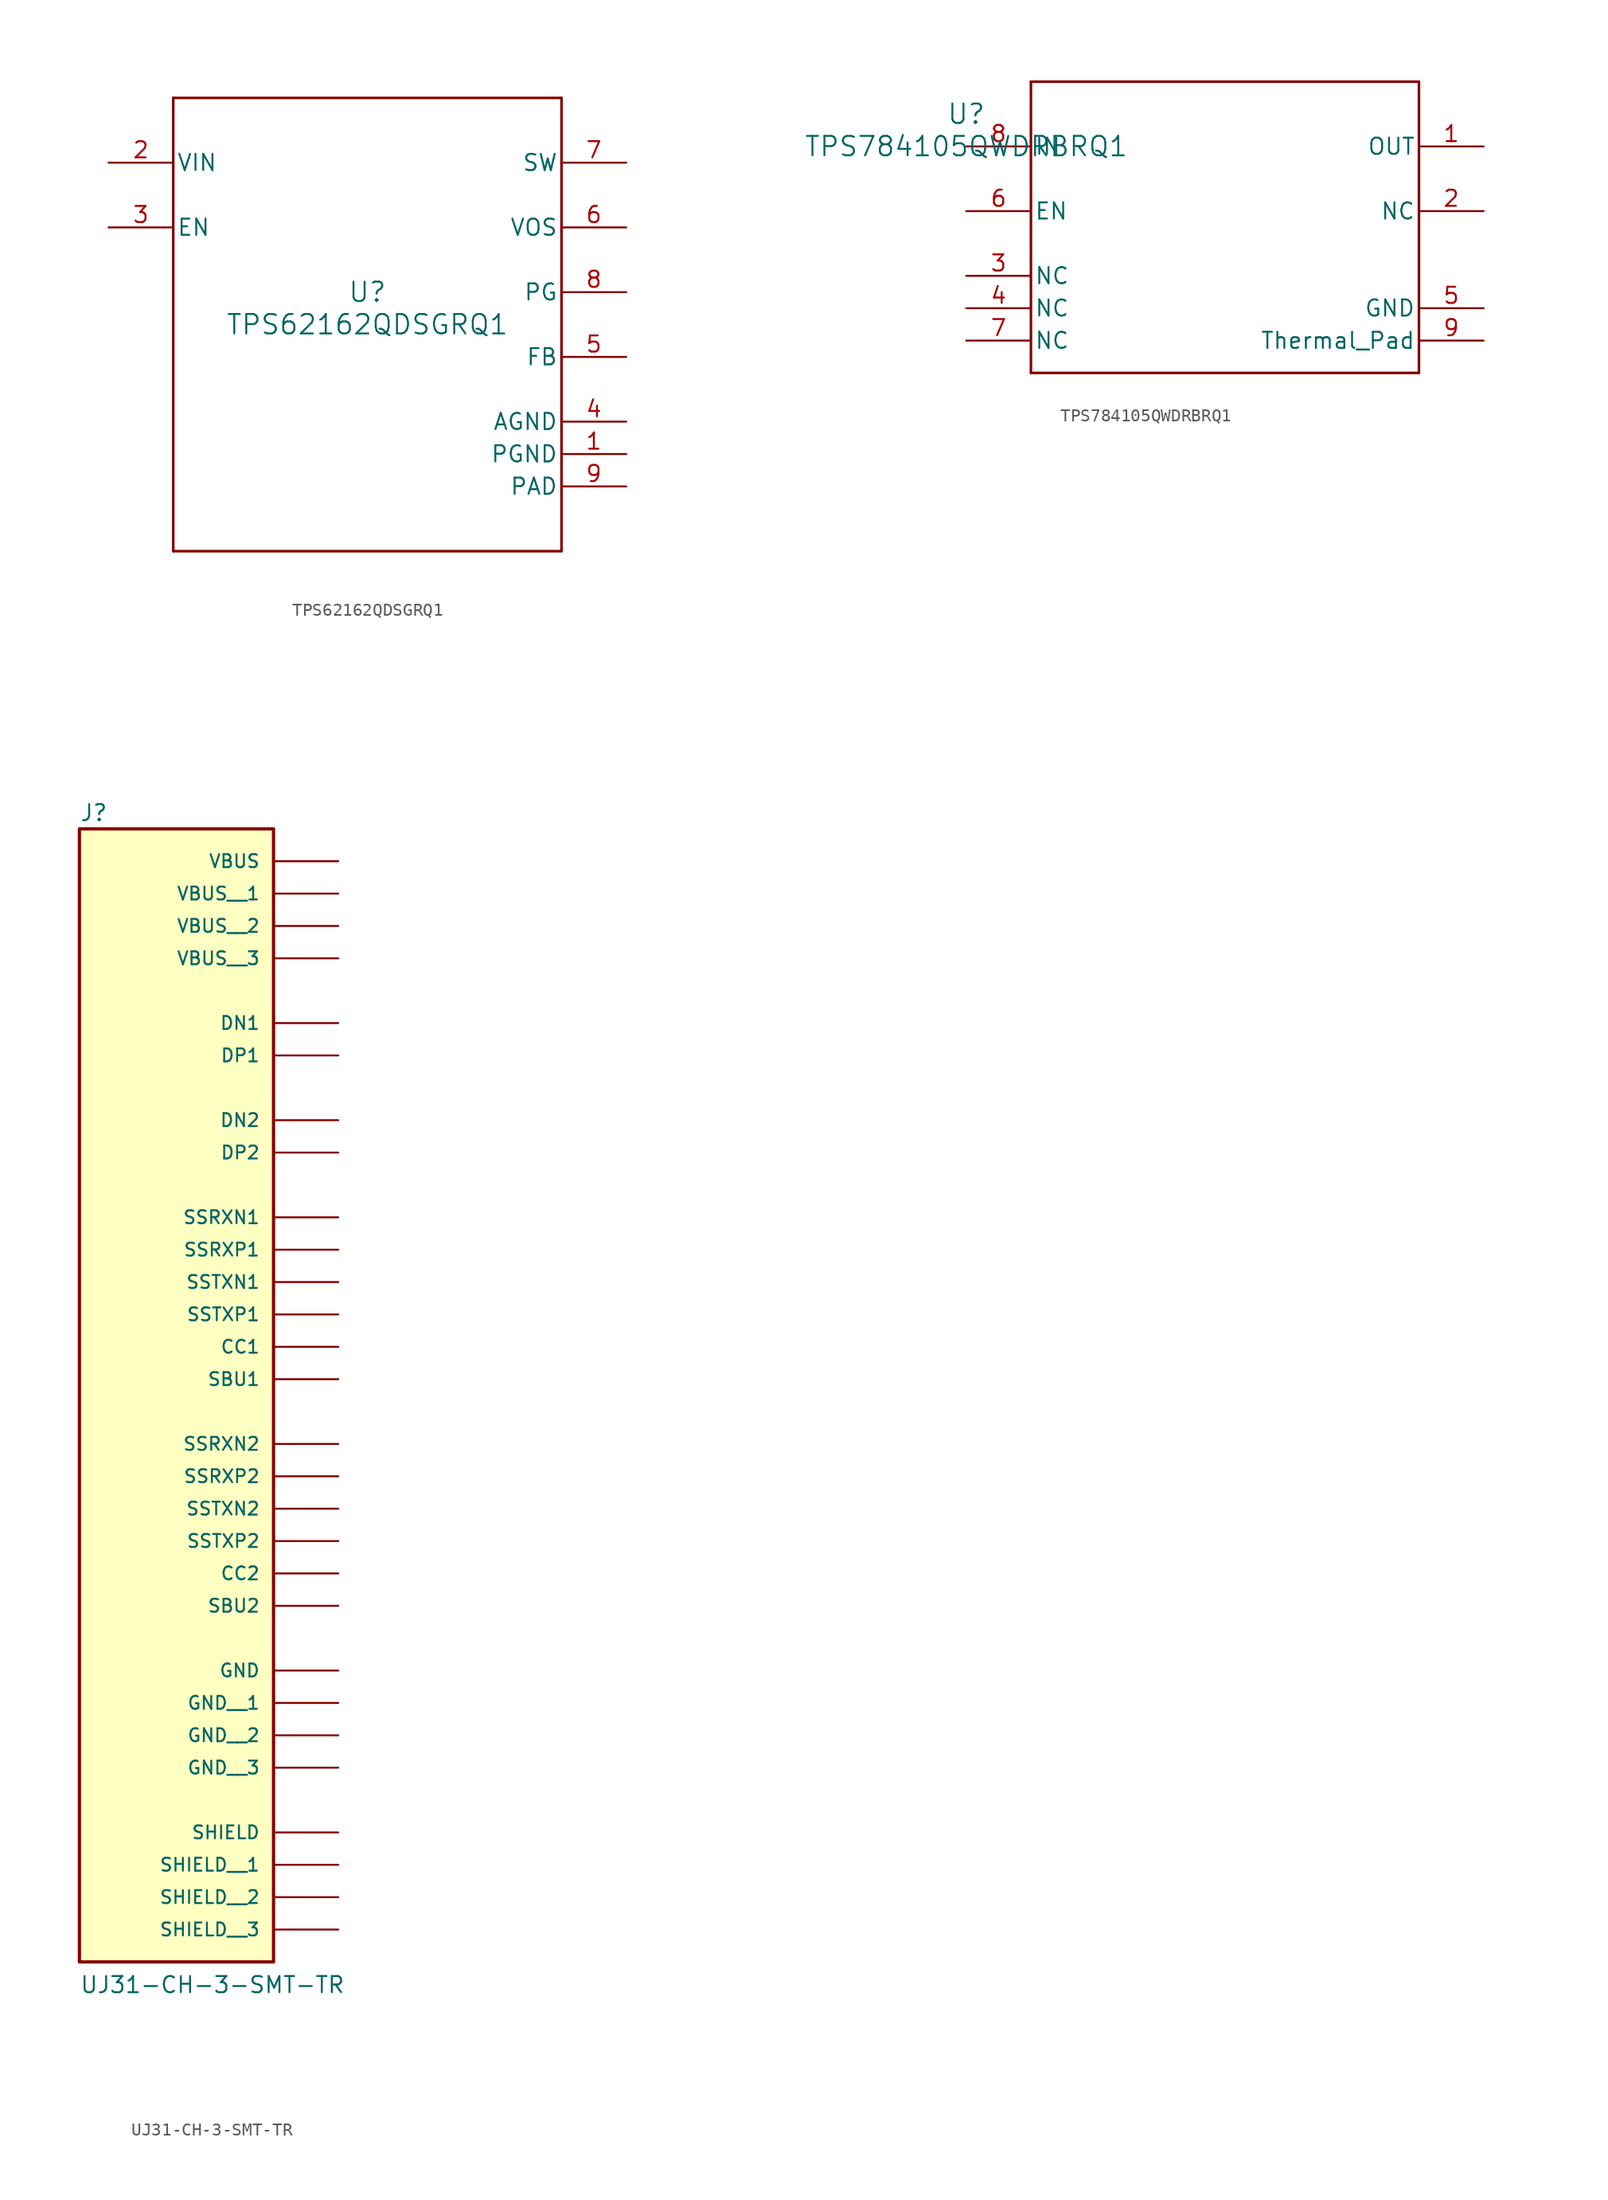
<source format=kicad_sym>
(kicad_symbol_lib
  (version 20231120)
  (generator "kicad_symbol_editor")
  (generator_version "8.0")
  (symbol "TPS62162QDSGRQ1"
    (pin_names
      (offset 0.254))
    (property "Reference" "U"
      (at 0 2.54 0)
      (effects (font (size 1.524 1.524))))
    (property "Value" "TPS62162QDSGRQ1"
      (at 0 0 0)
      (effects (font (size 1.524 1.524))))
    (property "ki_locked" ""
      (at 0 0 0)
      (effects (font (size 1.27 1.27))))
    (symbol "TPS62162QDSGRQ1_0_1"
      (polyline (pts (xy -15.24 -17.78) (xy 15.24 -17.78)) (stroke (width 0.203) (type default)) (fill (type none)))
      (polyline (pts (xy -15.24 17.78) (xy -15.24 -17.78)) (stroke (width 0.203) (type default)) (fill (type none)))
      (polyline (pts (xy 15.24 -17.78) (xy 15.24 17.78)) (stroke (width 0.203) (type default)) (fill (type none)))
      (polyline (pts (xy 15.24 17.78) (xy -15.24 17.78)) (stroke (width 0.203) (type default)) (fill (type none)))
      (pin power_in line (at 20.32 -10.16 180) (length 5.08) (name "PGND" (effects (font (size 1.27 1.27)))) (number "1" (effects (font (size 1.27 1.27)))))
      (pin power_in line (at -20.32 12.7 0) (length 5.08) (name "VIN" (effects (font (size 1.27 1.27)))) (number "2" (effects (font (size 1.27 1.27)))))
      (pin input line (at -20.32 7.62 0) (length 5.08) (name "EN" (effects (font (size 1.27 1.27)))) (number "3" (effects (font (size 1.27 1.27)))))
      (pin power_in line (at 20.32 -7.62 180) (length 5.08) (name "AGND" (effects (font (size 1.27 1.27)))) (number "4" (effects (font (size 1.27 1.27)))))
      (pin input line (at 20.32 -2.54 180) (length 5.08) (name "FB" (effects (font (size 1.27 1.27)))) (number "5" (effects (font (size 1.27 1.27)))))
      (pin input line (at 20.32 7.62 180) (length 5.08) (name "VOS" (effects (font (size 1.27 1.27)))) (number "6" (effects (font (size 1.27 1.27)))))
      (pin power_in line (at 20.32 12.7 180) (length 5.08) (name "SW" (effects (font (size 1.27 1.27)))) (number "7" (effects (font (size 1.27 1.27)))))
      (pin tri_state line (at 20.32 2.54 180) (length 5.08) (name "PG" (effects (font (size 1.27 1.27)))) (number "8" (effects (font (size 1.27 1.27)))))
      (pin power_in line (at 20.32 -12.7 180) (length 5.08) (name "PAD" (effects (font (size 1.27 1.27)))) (number "9" (effects (font (size 1.27 1.27)))))))
  (symbol "TPS784105QWDRBRQ1"
    (pin_names
      (offset 0.254))
    (property "Reference" "U"
      (at 0 2.54 0)
      (effects (font (size 1.524 1.524))))
    (property "Value" "TPS784105QWDRBRQ1"
      (at 0 0 0)
      (effects (font (size 1.524 1.524))))
    (property "ki_locked" ""
      (at 0 0 0)
      (effects (font (size 1.27 1.27))))
    (symbol "TPS784105QWDRBRQ1_0_1"
      (polyline (pts (xy 5.08 -17.78) (xy 35.56 -17.78)) (stroke (width 0.203) (type default)) (fill (type none)))
      (polyline (pts (xy 5.08 5.08) (xy 5.08 -17.78)) (stroke (width 0.203) (type default)) (fill (type none)))
      (polyline (pts (xy 35.56 -17.78) (xy 35.56 5.08)) (stroke (width 0.203) (type default)) (fill (type none)))
      (polyline (pts (xy 35.56 5.08) (xy 5.08 5.08)) (stroke (width 0.203) (type default)) (fill (type none)))
      (pin power_in line (at 40.64 0 180) (length 5.08) (name "OUT" (effects (font (size 1.27 1.27)))) (number "1" (effects (font (size 1.27 1.27)))))
      (pin unspecified line (at 40.64 -5.08 180) (length 5.08) (name "NC" (effects (font (size 1.27 1.27)))) (number "2" (effects (font (size 1.27 1.27)))))
      (pin unspecified line (at 0 -10.16 0) (length 5.08) (name "NC" (effects (font (size 1.27 1.27)))) (number "3" (effects (font (size 1.27 1.27)))))
      (pin unspecified line (at 0 -12.7 0) (length 5.08) (name "NC" (effects (font (size 1.27 1.27)))) (number "4" (effects (font (size 1.27 1.27)))))
      (pin power_in line (at 40.64 -12.7 180) (length 5.08) (name "GND" (effects (font (size 1.27 1.27)))) (number "5" (effects (font (size 1.27 1.27)))))
      (pin input line (at 0 -5.08 0) (length 5.08) (name "EN" (effects (font (size 1.27 1.27)))) (number "6" (effects (font (size 1.27 1.27)))))
      (pin unspecified line (at 0 -15.24 0) (length 5.08) (name "NC" (effects (font (size 1.27 1.27)))) (number "7" (effects (font (size 1.27 1.27)))))
      (pin power_in line (at 0 0 0) (length 5.08) (name "IN" (effects (font (size 1.27 1.27)))) (number "8" (effects (font (size 1.27 1.27)))))
      (pin power_in line (at 40.64 -15.24 180) (length 5.08) (name "Thermal_Pad" (effects (font (size 1.27 1.27)))) (number "9" (effects (font (size 1.27 1.27)))))))
  (symbol "UJ31-CH-3-SMT-TR"
    (pin_numbers hide)
    (pin_names
      (offset 1.016))
    (property "Reference" "J"
      (at -7.62 33.528 0)
      (effects (font (size 1.27 1.27)) (justify left bottom)))
    (property "Value" "UJ31-CH-3-SMT-TR"
      (at -7.62 -58.42 0)
      (effects (font (size 1.27 1.27)) (justify left bottom)))
    (property "ki_locked" ""
      (at 0 0 0)
      (effects (font (size 1.27 1.27))))
    (symbol "UJ31-CH-3-SMT-TR_0_0"
      (rectangle (start -7.62 -55.88) (end 7.62 33.02) (stroke (width 0.254) (type solid)) (fill (type background)))
      (pin power_in line (at 12.7 -33.02 180) (length 5.08) (name "GND" (effects (font (size 1.016 1.016)))) (number "A1" (effects (font (size 1.016 1.016)))))
      (pin bidirectional line (at 12.7 -15.24 180) (length 5.08) (name "SSRXN2" (effects (font (size 1.016 1.016)))) (number "A10" (effects (font (size 1.016 1.016)))))
      (pin bidirectional line (at 12.7 -17.78 180) (length 5.08) (name "SSRXP2" (effects (font (size 1.016 1.016)))) (number "A11" (effects (font (size 1.016 1.016)))))
      (pin power_in line (at 12.7 -35.56 180) (length 5.08) (name "GND__1" (effects (font (size 1.016 1.016)))) (number "A12" (effects (font (size 1.016 1.016)))))
      (pin bidirectional line (at 12.7 -5.08 180) (length 5.08) (name "SSTXP1" (effects (font (size 1.016 1.016)))) (number "A2" (effects (font (size 1.016 1.016)))))
      (pin bidirectional line (at 12.7 -2.54 180) (length 5.08) (name "SSTXN1" (effects (font (size 1.016 1.016)))) (number "A3" (effects (font (size 1.016 1.016)))))
      (pin power_in line (at 12.7 30.48 180) (length 5.08) (name "VBUS" (effects (font (size 1.016 1.016)))) (number "A4" (effects (font (size 1.016 1.016)))))
      (pin bidirectional line (at 12.7 -7.62 180) (length 5.08) (name "CC1" (effects (font (size 1.016 1.016)))) (number "A5" (effects (font (size 1.016 1.016)))))
      (pin bidirectional line (at 12.7 15.24 180) (length 5.08) (name "DP1" (effects (font (size 1.016 1.016)))) (number "A6" (effects (font (size 1.016 1.016)))))
      (pin bidirectional line (at 12.7 17.78 180) (length 5.08) (name "DN1" (effects (font (size 1.016 1.016)))) (number "A7" (effects (font (size 1.016 1.016)))))
      (pin bidirectional line (at 12.7 -10.16 180) (length 5.08) (name "SBU1" (effects (font (size 1.016 1.016)))) (number "A8" (effects (font (size 1.016 1.016)))))
      (pin power_in line (at 12.7 27.94 180) (length 5.08) (name "VBUS__1" (effects (font (size 1.016 1.016)))) (number "A9" (effects (font (size 1.016 1.016)))))
      (pin power_in line (at 12.7 -38.1 180) (length 5.08) (name "GND__2" (effects (font (size 1.016 1.016)))) (number "B1" (effects (font (size 1.016 1.016)))))
      (pin bidirectional line (at 12.7 2.54 180) (length 5.08) (name "SSRXN1" (effects (font (size 1.016 1.016)))) (number "B10" (effects (font (size 1.016 1.016)))))
      (pin bidirectional line (at 12.7 0 180) (length 5.08) (name "SSRXP1" (effects (font (size 1.016 1.016)))) (number "B11" (effects (font (size 1.016 1.016)))))
      (pin power_in line (at 12.7 -40.64 180) (length 5.08) (name "GND__3" (effects (font (size 1.016 1.016)))) (number "B12" (effects (font (size 1.016 1.016)))))
      (pin bidirectional line (at 12.7 -22.86 180) (length 5.08) (name "SSTXP2" (effects (font (size 1.016 1.016)))) (number "B2" (effects (font (size 1.016 1.016)))))
      (pin bidirectional line (at 12.7 -20.32 180) (length 5.08) (name "SSTXN2" (effects (font (size 1.016 1.016)))) (number "B3" (effects (font (size 1.016 1.016)))))
      (pin power_in line (at 12.7 25.4 180) (length 5.08) (name "VBUS__2" (effects (font (size 1.016 1.016)))) (number "B4" (effects (font (size 1.016 1.016)))))
      (pin bidirectional line (at 12.7 -25.4 180) (length 5.08) (name "CC2" (effects (font (size 1.016 1.016)))) (number "B5" (effects (font (size 1.016 1.016)))))
      (pin bidirectional line (at 12.7 7.62 180) (length 5.08) (name "DP2" (effects (font (size 1.016 1.016)))) (number "B6" (effects (font (size 1.016 1.016)))))
      (pin bidirectional line (at 12.7 10.16 180) (length 5.08) (name "DN2" (effects (font (size 1.016 1.016)))) (number "B7" (effects (font (size 1.016 1.016)))))
      (pin bidirectional line (at 12.7 -27.94 180) (length 5.08) (name "SBU2" (effects (font (size 1.016 1.016)))) (number "B8" (effects (font (size 1.016 1.016)))))
      (pin power_in line (at 12.7 22.86 180) (length 5.08) (name "VBUS__3" (effects (font (size 1.016 1.016)))) (number "B9" (effects (font (size 1.016 1.016)))))
      (pin power_in line (at 12.7 -45.72 180) (length 5.08) (name "SHIELD" (effects (font (size 1.016 1.016)))) (number "SH1" (effects (font (size 1.016 1.016)))))
      (pin power_in line (at 12.7 -48.26 180) (length 5.08) (name "SHIELD__1" (effects (font (size 1.016 1.016)))) (number "SH2" (effects (font (size 1.016 1.016)))))
      (pin power_in line (at 12.7 -50.8 180) (length 5.08) (name "SHIELD__2" (effects (font (size 1.016 1.016)))) (number "SH3" (effects (font (size 1.016 1.016)))))
      (pin power_in line (at 12.7 -53.34 180) (length 5.08) (name "SHIELD__3" (effects (font (size 1.016 1.016)))) (number "SH4" (effects (font (size 1.016 1.016))))))))
</source>
